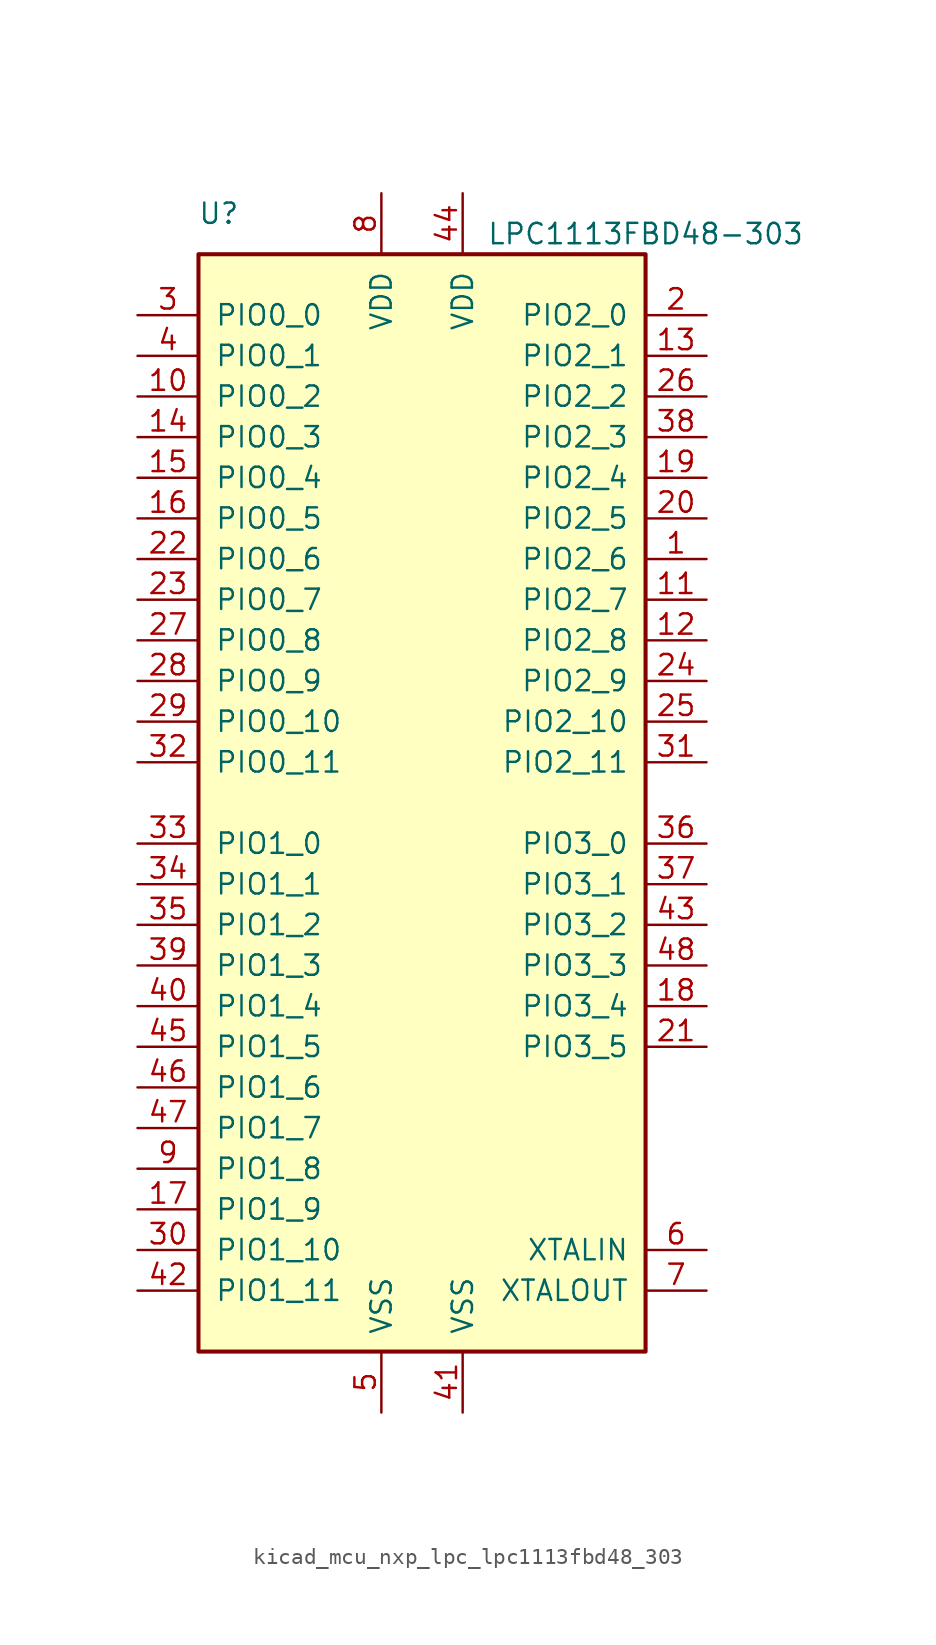
<source format=kicad_sym>
(kicad_symbol_lib
  (version 20220914)
  (generator kicad_symbol_editor)
  (symbol "kicad_mcu_nxp_lpc_lpc1113fbd48_303"
    (pin_names
      (offset 1.016))
    (property "Reference" "U"
      (at -12.7 36.83 0)
      (effects (font (size 1.27 1.27))))
    (property "Value" "LPC1113FBD48-303"
      (at 13.97 35.56 0)
      (effects (font (size 1.27 1.27))))
    (symbol "kicad_mcu_nxp_lpc_lpc1113fbd48_303_0_1"
      (rectangle (start -13.97 34.29) (end 13.97 -34.29) (stroke (width 0.254) (type default)) (fill (type background))))
    (symbol "kicad_mcu_nxp_lpc_lpc1113fbd48_303_1_1"
      (pin bidirectional line (at 17.78 15.24 180) (length 3.81) (name "PIO2_6" (effects (font (size 1.27 1.27)))) (number "1" (effects (font (size 1.27 1.27)))))
      (pin bidirectional line (at -17.78 25.4 0) (length 3.81) (name "PIO0_2" (effects (font (size 1.27 1.27)))) (number "10" (effects (font (size 1.27 1.27)))))
      (pin bidirectional line (at 17.78 12.7 180) (length 3.81) (name "PIO2_7" (effects (font (size 1.27 1.27)))) (number "11" (effects (font (size 1.27 1.27)))))
      (pin bidirectional line (at 17.78 10.16 180) (length 3.81) (name "PIO2_8" (effects (font (size 1.27 1.27)))) (number "12" (effects (font (size 1.27 1.27)))))
      (pin bidirectional line (at 17.78 27.94 180) (length 3.81) (name "PIO2_1" (effects (font (size 1.27 1.27)))) (number "13" (effects (font (size 1.27 1.27)))))
      (pin bidirectional line (at -17.78 22.86 0) (length 3.81) (name "PIO0_3" (effects (font (size 1.27 1.27)))) (number "14" (effects (font (size 1.27 1.27)))))
      (pin bidirectional line (at -17.78 20.32 0) (length 3.81) (name "PIO0_4" (effects (font (size 1.27 1.27)))) (number "15" (effects (font (size 1.27 1.27)))))
      (pin bidirectional line (at -17.78 17.78 0) (length 3.81) (name "PIO0_5" (effects (font (size 1.27 1.27)))) (number "16" (effects (font (size 1.27 1.27)))))
      (pin bidirectional line (at -17.78 -25.4 0) (length 3.81) (name "PIO1_9" (effects (font (size 1.27 1.27)))) (number "17" (effects (font (size 1.27 1.27)))))
      (pin bidirectional line (at 17.78 -12.7 180) (length 3.81) (name "PIO3_4" (effects (font (size 1.27 1.27)))) (number "18" (effects (font (size 1.27 1.27)))))
      (pin bidirectional line (at 17.78 20.32 180) (length 3.81) (name "PIO2_4" (effects (font (size 1.27 1.27)))) (number "19" (effects (font (size 1.27 1.27)))))
      (pin bidirectional line (at 17.78 30.48 180) (length 3.81) (name "PIO2_0" (effects (font (size 1.27 1.27)))) (number "2" (effects (font (size 1.27 1.27)))))
      (pin bidirectional line (at 17.78 17.78 180) (length 3.81) (name "PIO2_5" (effects (font (size 1.27 1.27)))) (number "20" (effects (font (size 1.27 1.27)))))
      (pin bidirectional line (at 17.78 -15.24 180) (length 3.81) (name "PIO3_5" (effects (font (size 1.27 1.27)))) (number "21" (effects (font (size 1.27 1.27)))))
      (pin bidirectional line (at -17.78 15.24 0) (length 3.81) (name "PIO0_6" (effects (font (size 1.27 1.27)))) (number "22" (effects (font (size 1.27 1.27)))))
      (pin bidirectional line (at -17.78 12.7 0) (length 3.81) (name "PIO0_7" (effects (font (size 1.27 1.27)))) (number "23" (effects (font (size 1.27 1.27)))))
      (pin bidirectional line (at 17.78 7.62 180) (length 3.81) (name "PIO2_9" (effects (font (size 1.27 1.27)))) (number "24" (effects (font (size 1.27 1.27)))))
      (pin bidirectional line (at 17.78 5.08 180) (length 3.81) (name "PIO2_10" (effects (font (size 1.27 1.27)))) (number "25" (effects (font (size 1.27 1.27)))))
      (pin bidirectional line (at 17.78 25.4 180) (length 3.81) (name "PIO2_2" (effects (font (size 1.27 1.27)))) (number "26" (effects (font (size 1.27 1.27)))))
      (pin bidirectional line (at -17.78 10.16 0) (length 3.81) (name "PIO0_8" (effects (font (size 1.27 1.27)))) (number "27" (effects (font (size 1.27 1.27)))))
      (pin bidirectional line (at -17.78 7.62 0) (length 3.81) (name "PIO0_9" (effects (font (size 1.27 1.27)))) (number "28" (effects (font (size 1.27 1.27)))))
      (pin bidirectional line (at -17.78 5.08 0) (length 3.81) (name "PIO0_10" (effects (font (size 1.27 1.27)))) (number "29" (effects (font (size 1.27 1.27)))))
      (pin bidirectional line (at -17.78 30.48 0) (length 3.81) (name "PIO0_0" (effects (font (size 1.27 1.27)))) (number "3" (effects (font (size 1.27 1.27)))))
      (pin bidirectional line (at -17.78 -27.94 0) (length 3.81) (name "PIO1_10" (effects (font (size 1.27 1.27)))) (number "30" (effects (font (size 1.27 1.27)))))
      (pin bidirectional line (at 17.78 2.54 180) (length 3.81) (name "PIO2_11" (effects (font (size 1.27 1.27)))) (number "31" (effects (font (size 1.27 1.27)))))
      (pin bidirectional line (at -17.78 2.54 0) (length 3.81) (name "PIO0_11" (effects (font (size 1.27 1.27)))) (number "32" (effects (font (size 1.27 1.27)))))
      (pin bidirectional line (at -17.78 -2.54 0) (length 3.81) (name "PIO1_0" (effects (font (size 1.27 1.27)))) (number "33" (effects (font (size 1.27 1.27)))))
      (pin bidirectional line (at -17.78 -5.08 0) (length 3.81) (name "PIO1_1" (effects (font (size 1.27 1.27)))) (number "34" (effects (font (size 1.27 1.27)))))
      (pin bidirectional line (at -17.78 -7.62 0) (length 3.81) (name "PIO1_2" (effects (font (size 1.27 1.27)))) (number "35" (effects (font (size 1.27 1.27)))))
      (pin bidirectional line (at 17.78 -2.54 180) (length 3.81) (name "PIO3_0" (effects (font (size 1.27 1.27)))) (number "36" (effects (font (size 1.27 1.27)))))
      (pin bidirectional line (at 17.78 -5.08 180) (length 3.81) (name "PIO3_1" (effects (font (size 1.27 1.27)))) (number "37" (effects (font (size 1.27 1.27)))))
      (pin bidirectional line (at 17.78 22.86 180) (length 3.81) (name "PIO2_3" (effects (font (size 1.27 1.27)))) (number "38" (effects (font (size 1.27 1.27)))))
      (pin bidirectional line (at -17.78 -10.16 0) (length 3.81) (name "PIO1_3" (effects (font (size 1.27 1.27)))) (number "39" (effects (font (size 1.27 1.27)))))
      (pin bidirectional line (at -17.78 27.94 0) (length 3.81) (name "PIO0_1" (effects (font (size 1.27 1.27)))) (number "4" (effects (font (size 1.27 1.27)))))
      (pin bidirectional line (at -17.78 -12.7 0) (length 3.81) (name "PIO1_4" (effects (font (size 1.27 1.27)))) (number "40" (effects (font (size 1.27 1.27)))))
      (pin power_in line (at 2.54 -38.1 90) (length 3.81) (name "VSS" (effects (font (size 1.27 1.27)))) (number "41" (effects (font (size 1.27 1.27)))))
      (pin bidirectional line (at -17.78 -30.48 0) (length 3.81) (name "PIO1_11" (effects (font (size 1.27 1.27)))) (number "42" (effects (font (size 1.27 1.27)))))
      (pin bidirectional line (at 17.78 -7.62 180) (length 3.81) (name "PIO3_2" (effects (font (size 1.27 1.27)))) (number "43" (effects (font (size 1.27 1.27)))))
      (pin power_in line (at 2.54 38.1 270) (length 3.81) (name "VDD" (effects (font (size 1.27 1.27)))) (number "44" (effects (font (size 1.27 1.27)))))
      (pin bidirectional line (at -17.78 -15.24 0) (length 3.81) (name "PIO1_5" (effects (font (size 1.27 1.27)))) (number "45" (effects (font (size 1.27 1.27)))))
      (pin bidirectional line (at -17.78 -17.78 0) (length 3.81) (name "PIO1_6" (effects (font (size 1.27 1.27)))) (number "46" (effects (font (size 1.27 1.27)))))
      (pin bidirectional line (at -17.78 -20.32 0) (length 3.81) (name "PIO1_7" (effects (font (size 1.27 1.27)))) (number "47" (effects (font (size 1.27 1.27)))))
      (pin bidirectional line (at 17.78 -10.16 180) (length 3.81) (name "PIO3_3" (effects (font (size 1.27 1.27)))) (number "48" (effects (font (size 1.27 1.27)))))
      (pin power_in line (at -2.54 -38.1 90) (length 3.81) (name "VSS" (effects (font (size 1.27 1.27)))) (number "5" (effects (font (size 1.27 1.27)))))
      (pin input line (at 17.78 -27.94 180) (length 3.81) (name "XTALIN" (effects (font (size 1.27 1.27)))) (number "6" (effects (font (size 1.27 1.27)))))
      (pin output line (at 17.78 -30.48 180) (length 3.81) (name "XTALOUT" (effects (font (size 1.27 1.27)))) (number "7" (effects (font (size 1.27 1.27)))))
      (pin power_in line (at -2.54 38.1 270) (length 3.81) (name "VDD" (effects (font (size 1.27 1.27)))) (number "8" (effects (font (size 1.27 1.27)))))
      (pin bidirectional line (at -17.78 -22.86 0) (length 3.81) (name "PIO1_8" (effects (font (size 1.27 1.27)))) (number "9" (effects (font (size 1.27 1.27))))))))
</source>
